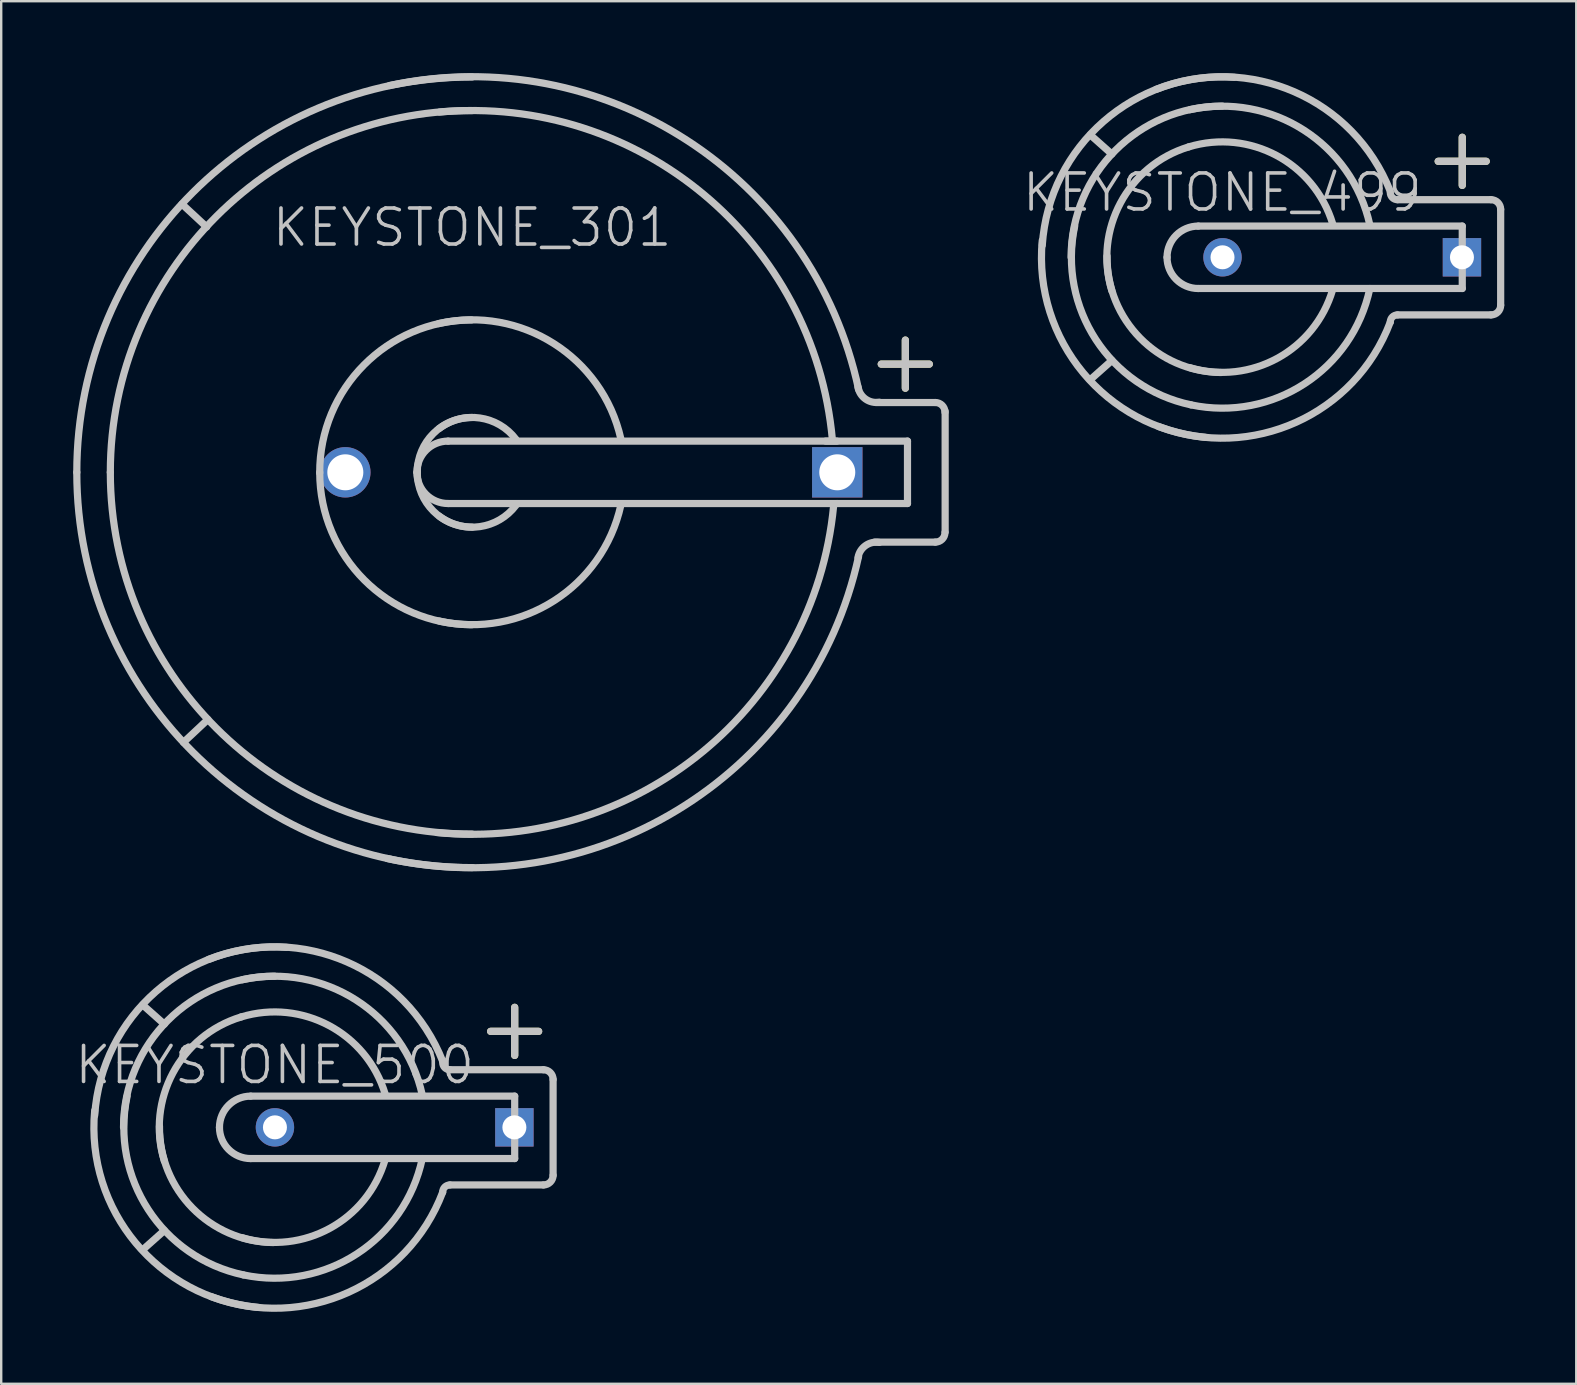
<source format=kicad_pcb>
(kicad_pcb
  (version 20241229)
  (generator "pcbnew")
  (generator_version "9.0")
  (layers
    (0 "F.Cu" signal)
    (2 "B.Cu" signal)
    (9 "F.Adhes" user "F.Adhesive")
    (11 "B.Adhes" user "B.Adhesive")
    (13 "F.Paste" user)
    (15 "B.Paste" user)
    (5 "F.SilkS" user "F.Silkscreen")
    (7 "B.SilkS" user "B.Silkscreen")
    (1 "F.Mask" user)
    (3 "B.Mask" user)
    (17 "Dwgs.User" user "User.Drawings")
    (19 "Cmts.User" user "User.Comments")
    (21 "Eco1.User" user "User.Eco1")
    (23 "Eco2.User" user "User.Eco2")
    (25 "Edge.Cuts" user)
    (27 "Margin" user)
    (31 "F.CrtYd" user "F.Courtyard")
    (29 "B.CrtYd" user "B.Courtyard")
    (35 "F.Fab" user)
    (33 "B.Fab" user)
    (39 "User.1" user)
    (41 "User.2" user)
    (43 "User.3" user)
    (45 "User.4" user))
  (footprint "KEYSTONE_301"
    (layer "F.Cu")
    (at 16.622 16.63)
    (property "Reference" "KEYSTONE_301" (at 0 -10.2 0) (layer "Dwgs.User") (effects (font (size 1.5 1.5) (thickness 0.15))))
    (attr through_hole)
    (fp_line (start 17.048 -4.508) (end 19.05 -4.508) (stroke (width 0.3) (type solid)) (layer "F.SilkS"))
    (fp_line (start 18.052 -3.505) (end 18.052 -5.509) (stroke (width 0.3) (type solid)) (layer "F.SilkS"))
    (fp_line (start -11.062 -10.223) (end -12.09 -11.176) (stroke (width 0.3) (type solid)) (layer "Dwgs.User"))
    (fp_line (start -11.011 10.3) (end -12.027 11.252) (stroke (width 0.3) (type solid)) (layer "Dwgs.User"))
    (fp_line (start -1.001 -1.3) (end 15.199 -1.3) (stroke (width 0.3) (type solid)) (layer "Dwgs.User"))
    (fp_line (start 14.732 -1.3) (end 18.141 -1.3) (stroke (width 0.3) (type solid)) (layer "Dwgs.User"))
    (fp_line (start 15.199 1.3) (end -1.001 1.3) (stroke (width 0.3) (type solid)) (layer "Dwgs.User"))
    (fp_line (start 15.215 1.3) (end 18.141 1.3) (stroke (width 0.3) (type solid)) (layer "Dwgs.User"))
    (fp_line (start 17.048 -4.508) (end 19.05 -4.508) (stroke (width 0.3) (type solid)) (layer "Dwgs.User"))
    (fp_line (start 18.052 -3.505) (end 18.052 -5.509) (stroke (width 0.3) (type solid)) (layer "Dwgs.User"))
    (fp_line (start 18.141 -1.3) (end 18.141 1.3) (stroke (width 0.3) (type solid)) (layer "Dwgs.User"))
    (fp_line (start 19.291 -2.908) (end 16.828 -2.908) (stroke (width 0.3) (type solid)) (layer "Dwgs.User"))
    (fp_line (start 19.304 2.908) (end 16.777 2.908) (stroke (width 0.3) (type solid)) (layer "Dwgs.User"))
    (fp_line (start 19.71 -2.54) (end 19.71 2.489) (stroke (width 0.3) (type solid)) (layer "Dwgs.User"))
    (fp_arc (start -16.4719 0) (mid -11.647392 -11.647392) (end 0 -16.4719) (stroke (width 0.3) (type solid)) (layer "Dwgs.User"))
    (fp_arc (start -15.0749 0) (mid -10.659564 -10.659564) (end 0 -15.0749) (stroke (width 0.3) (type solid)) (layer "Dwgs.User"))
    (fp_arc (start -6.35 0.0254) (mid -4.508089 -4.472168) (end -0.0254 -6.35) (stroke (width 0.3) (type solid)) (layer "Dwgs.User"))
    (fp_arc (start -3.4417 -16.1163) (mid 8.953315 -13.833314) (end 16.1036 -3.4544) (stroke (width 0.3) (type solid)) (layer "Dwgs.User"))
    (fp_arc (start -2.30124 0) (mid -1.920338 -0.919578) (end -1.00076 -1.30048) (stroke (width 0.3) (type solid)) (layer "Dwgs.User"))
    (fp_arc (start -2.286 0) (mid -1.616446 -1.616446) (end 0 -2.286) (stroke (width 0.3) (type solid)) (layer "Dwgs.User"))
    (fp_arc (start -1.397 -6.1976) (mid 3.394537 -5.370193) (end 6.1976 -1.397) (stroke (width 0.3) (type solid)) (layer "Dwgs.User"))
    (fp_arc (start -1.3716 -1.8288) (mid 0.323289 -2.263025) (end 1.8288 -1.3716) (stroke (width 0.3) (type solid)) (layer "Dwgs.User"))
    (fp_arc (start -1.3589 -15.0114) (mid 9.653775 -11.57555) (end 15.0114 -1.3589) (stroke (width 0.3) (type solid)) (layer "Dwgs.User"))
    (fp_arc (start -1.00076 1.30048) (mid -1.920338 0.919578) (end -2.30124 0) (stroke (width 0.3) (type solid)) (layer "Dwgs.User"))
    (fp_arc (start 0 2.286) (mid -1.616446 1.616446) (end -2.286 0) (stroke (width 0.3) (type solid)) (layer "Dwgs.User"))
    (fp_arc (start 0 6.35) (mid -4.490128 4.490128) (end -6.35 0) (stroke (width 0.3) (type solid)) (layer "Dwgs.User"))
    (fp_arc (start 0 15.0749) (mid -10.659564 10.659564) (end -15.0749 0) (stroke (width 0.3) (type solid)) (layer "Dwgs.User"))
    (fp_arc (start 0 16.4719) (mid -11.647392 11.647392) (end -16.4719 0) (stroke (width 0.3) (type solid)) (layer "Dwgs.User"))
    (fp_arc (start 1.8288 1.3716) (mid 0.323289 2.263025) (end -1.3716 1.8288) (stroke (width 0.3) (type solid)) (layer "Dwgs.User"))
    (fp_arc (start 6.1976 1.3716) (mid 3.412497 5.352233) (end -1.3716 6.1976) (stroke (width 0.3) (type solid)) (layer "Dwgs.User"))
    (fp_arc (start 15.0622 1.4097) (mid 9.617854 11.632513) (end -1.4605 15.0114) (stroke (width 0.3) (type solid)) (layer "Dwgs.User"))
    (fp_arc (start 16.0782 3.556) (mid 16.391187 3.054382) (end 16.9672 2.921) (stroke (width 0.3) (type solid)) (layer "Dwgs.User"))
    (fp_arc (start 16.1036 3.5052) (mid 8.886734 13.867056) (end -3.5433 16.0909) (stroke (width 0.3) (type solid)) (layer "Dwgs.User"))
    (fp_arc (start 16.9672 -2.921) (mid 16.391187 -3.054382) (end 16.0782 -3.556) (stroke (width 0.3) (type solid)) (layer "Dwgs.User"))
    (fp_arc (start 19.30146 -2.9083) (mid 19.585236 -2.790756) (end 19.70278 -2.50698) (stroke (width 0.3) (type solid)) (layer "Dwgs.User"))
    (fp_arc (start 19.70278 2.50698) (mid 19.585236 2.790756) (end 19.30146 2.9083) (stroke (width 0.3) (type solid)) (layer "Dwgs.User"))
    (pad "1" thru_hole rect (at 15.215 0) (size 2.1 2.1) (drill 1.5) (layers "*.Cu" "*.Mask"))
    (pad "2" thru_hole circle (at -5.283 0) (size 2.1 2.1) (drill 1.5) (layers "*.Cu" "*.Mask")))
  (footprint "KEYSTONE_500"
    (layer "F.Cu")
    (at 8.396 43.924)
    (property "Reference" "KEYSTONE_500" (at 0 -2.6 0) (layer "Dwgs.User") (effects (font (size 1.5 1.5) (thickness 0.15))))
    (attr through_hole)
    (fp_line (start 8.997 -4) (end 10.998 -4) (stroke (width 0.3) (type solid)) (layer "F.SilkS"))
    (fp_line (start 10 -2.997) (end 10 -5.001) (stroke (width 0.3) (type solid)) (layer "F.SilkS"))
    (fp_line (start -5.499 -5.1) (end -4.6 -4.3) (stroke (width 0.3) (type solid)) (layer "Dwgs.User"))
    (fp_line (start -5.499 5.1) (end -4.6 4.3) (stroke (width 0.3) (type solid)) (layer "Dwgs.User"))
    (fp_line (start -1.001 -1.3) (end 10 -1.3) (stroke (width 0.3) (type solid)) (layer "Dwgs.User"))
    (fp_line (start 8.997 -4) (end 10.998 -4) (stroke (width 0.3) (type solid)) (layer "Dwgs.User"))
    (fp_line (start 10 -2.997) (end 10 -5.001) (stroke (width 0.3) (type solid)) (layer "Dwgs.User"))
    (fp_line (start 10 -1.3) (end 10 1.3) (stroke (width 0.3) (type solid)) (layer "Dwgs.User"))
    (fp_line (start 10 1.3) (end -1.001 1.3) (stroke (width 0.3) (type solid)) (layer "Dwgs.User"))
    (fp_line (start 11.199 -2.4) (end 7.3 -2.4) (stroke (width 0.3) (type solid)) (layer "Dwgs.User"))
    (fp_line (start 11.199 2.4) (end 7.3 2.4) (stroke (width 0.3) (type solid)) (layer "Dwgs.User"))
    (fp_line (start 11.6 1.999) (end 11.6 -1.999) (stroke (width 0.3) (type solid)) (layer "Dwgs.User"))
    (fp_arc (start -7.50062 -0.50038) (mid -4.949917 -5.657561) (end 0.50038 -7.50062) (stroke (width 0.3) (type solid)) (layer "Dwgs.User"))
    (fp_arc (start -6.2992 0) (mid -4.454207 -4.454207) (end 0 -6.2992) (stroke (width 0.3) (type solid)) (layer "Dwgs.User"))
    (fp_arc (start -4.59994 1.39954) (mid -4.242273 -2.263025) (end -1.39954 -4.59994) (stroke (width 0.3) (type solid)) (layer "Dwgs.User"))
    (fp_arc (start -2.75082 -7.00024) (mid 3.004794 -6.895041) (end 7.00024 -2.75082) (stroke (width 0.3) (type solid)) (layer "Dwgs.User"))
    (fp_arc (start -2.30124 0) (mid -1.920338 -0.919578) (end -1.00076 -1.30048) (stroke (width 0.3) (type solid)) (layer "Dwgs.User"))
    (fp_arc (start -1.39954 -4.59994) (mid 2.263025 -4.242273) (end 4.59994 -1.39954) (stroke (width 0.3) (type solid)) (layer "Dwgs.User"))
    (fp_arc (start -1.34874 -6.14934) (mid 3.394537 -5.301943) (end 6.14934 -1.34874) (stroke (width 0.3) (type solid)) (layer "Dwgs.User"))
    (fp_arc (start -1.30048 6.14934) (mid -5.267818 3.428662) (end -6.14934 -1.30048) (stroke (width 0.3) (type solid)) (layer "Dwgs.User"))
    (fp_arc (start -1.00076 1.30048) (mid -1.920338 0.919578) (end -2.30124 0) (stroke (width 0.3) (type solid)) (layer "Dwgs.User"))
    (fp_arc (start -0.70104 7.50062) (mid -5.799449 4.808029) (end -7.50062 -0.70104) (stroke (width 0.3) (type solid)) (layer "Dwgs.User"))
    (fp_arc (start -0.0508 4.8006) (mid -3.430458 3.358616) (end -4.8006 -0.0508) (stroke (width 0.3) (type solid)) (layer "Dwgs.User"))
    (fp_arc (start 4.59994 1.34874) (mid 2.298946 4.206352) (end -1.34874 4.59994) (stroke (width 0.3) (type solid)) (layer "Dwgs.User"))
    (fp_arc (start 6.14934 1.30048) (mid 3.428662 5.267818) (end -1.30048 6.14934) (stroke (width 0.3) (type solid)) (layer "Dwgs.User"))
    (fp_arc (start 7.00024 2.70002) (mid 3.076636 6.873999) (end -2.64922 7.05104) (stroke (width 0.3) (type solid)) (layer "Dwgs.User"))
    (fp_arc (start 7.00024 2.70002) (mid 7.088026 2.488086) (end 7.29996 2.4003) (stroke (width 0.3) (type solid)) (layer "Dwgs.User"))
    (fp_arc (start 7.29996 -2.4003) (mid 7.088026 -2.488086) (end 7.00024 -2.70002) (stroke (width 0.3) (type solid)) (layer "Dwgs.User"))
    (fp_arc (start 11.19886 -2.4003) (mid 11.482636 -2.282756) (end 11.60018 -1.99898) (stroke (width 0.3) (type solid)) (layer "Dwgs.User"))
    (fp_arc (start 11.60018 1.99898) (mid 11.482636 2.282756) (end 11.19886 2.4003) (stroke (width 0.3) (type solid)) (layer "Dwgs.User"))
    (pad "1" thru_hole rect (at 9.987 0) (size 1.6 1.6) (drill 1) (layers "*.Cu" "*.Mask"))
    (pad "2" thru_hole circle (at 0.01 0) (size 1.6 1.6) (drill 1) (layers "*.Cu" "*.Mask")))
  (footprint "KEYSTONE_499"
    (layer "F.Cu")
    (at 47.879 7.671)
    (property "Reference" "KEYSTONE_499" (at 0 -2.7 0) (layer "Dwgs.User") (effects (font (size 1.5 1.5) (thickness 0.15))))
    (attr through_hole)
    (fp_line (start 8.997 -4) (end 10.998 -4) (stroke (width 0.3) (type solid)) (layer "F.SilkS"))
    (fp_line (start 10 -2.997) (end 10 -5.001) (stroke (width 0.3) (type solid)) (layer "F.SilkS"))
    (fp_line (start -5.499 -5.1) (end -4.6 -4.3) (stroke (width 0.3) (type solid)) (layer "Dwgs.User"))
    (fp_line (start -5.499 5.1) (end -4.6 4.3) (stroke (width 0.3) (type solid)) (layer "Dwgs.User"))
    (fp_line (start -1.001 -1.3) (end 10 -1.3) (stroke (width 0.3) (type solid)) (layer "Dwgs.User"))
    (fp_line (start 8.997 -4) (end 10.998 -4) (stroke (width 0.3) (type solid)) (layer "Dwgs.User"))
    (fp_line (start 10 -2.997) (end 10 -5.001) (stroke (width 0.3) (type solid)) (layer "Dwgs.User"))
    (fp_line (start 10 -1.3) (end 10 1.3) (stroke (width 0.3) (type solid)) (layer "Dwgs.User"))
    (fp_line (start 10 1.3) (end -1.001 1.3) (stroke (width 0.3) (type solid)) (layer "Dwgs.User"))
    (fp_line (start 11.199 -2.4) (end 7.3 -2.4) (stroke (width 0.3) (type solid)) (layer "Dwgs.User"))
    (fp_line (start 11.199 2.4) (end 7.3 2.4) (stroke (width 0.3) (type solid)) (layer "Dwgs.User"))
    (fp_line (start 11.6 1.999) (end 11.6 -1.999) (stroke (width 0.3) (type solid)) (layer "Dwgs.User"))
    (fp_arc (start -7.50062 -0.50038) (mid -4.949917 -5.657561) (end 0.50038 -7.50062) (stroke (width 0.3) (type solid)) (layer "Dwgs.User"))
    (fp_arc (start -6.2992 0) (mid -4.454207 -4.454207) (end 0 -6.2992) (stroke (width 0.3) (type solid)) (layer "Dwgs.User"))
    (fp_arc (start -4.59994 1.39954) (mid -4.242273 -2.263025) (end -1.39954 -4.59994) (stroke (width 0.3) (type solid)) (layer "Dwgs.User"))
    (fp_arc (start -2.75082 -7.00024) (mid 3.004794 -6.895041) (end 7.00024 -2.75082) (stroke (width 0.3) (type solid)) (layer "Dwgs.User"))
    (fp_arc (start -2.30124 0) (mid -1.920338 -0.919578) (end -1.00076 -1.30048) (stroke (width 0.3) (type solid)) (layer "Dwgs.User"))
    (fp_arc (start -1.39954 -4.59994) (mid 2.263025 -4.242273) (end 4.59994 -1.39954) (stroke (width 0.3) (type solid)) (layer "Dwgs.User"))
    (fp_arc (start -1.34874 -6.14934) (mid 3.394537 -5.301943) (end 6.14934 -1.34874) (stroke (width 0.3) (type solid)) (layer "Dwgs.User"))
    (fp_arc (start -1.30048 6.14934) (mid -5.267818 3.428662) (end -6.14934 -1.30048) (stroke (width 0.3) (type solid)) (layer "Dwgs.User"))
    (fp_arc (start -1.00076 1.30048) (mid -1.920338 0.919578) (end -2.30124 0) (stroke (width 0.3) (type solid)) (layer "Dwgs.User"))
    (fp_arc (start -0.70104 7.50062) (mid -5.799449 4.808029) (end -7.50062 -0.70104) (stroke (width 0.3) (type solid)) (layer "Dwgs.User"))
    (fp_arc (start -0.0508 4.8006) (mid -3.430458 3.358616) (end -4.8006 -0.0508) (stroke (width 0.3) (type solid)) (layer "Dwgs.User"))
    (fp_arc (start 4.59994 1.34874) (mid 2.298946 4.206352) (end -1.34874 4.59994) (stroke (width 0.3) (type solid)) (layer "Dwgs.User"))
    (fp_arc (start 6.14934 1.30048) (mid 3.428662 5.267818) (end -1.30048 6.14934) (stroke (width 0.3) (type solid)) (layer "Dwgs.User"))
    (fp_arc (start 7.00024 2.70002) (mid 3.076636 6.873999) (end -2.64922 7.05104) (stroke (width 0.3) (type solid)) (layer "Dwgs.User"))
    (fp_arc (start 7.00024 2.70002) (mid 7.088026 2.488086) (end 7.29996 2.4003) (stroke (width 0.3) (type solid)) (layer "Dwgs.User"))
    (fp_arc (start 7.29996 -2.4003) (mid 7.088026 -2.488086) (end 7.00024 -2.70002) (stroke (width 0.3) (type solid)) (layer "Dwgs.User"))
    (fp_arc (start 11.19886 -2.4003) (mid 11.482636 -2.282756) (end 11.60018 -1.99898) (stroke (width 0.3) (type solid)) (layer "Dwgs.User"))
    (fp_arc (start 11.60018 1.99898) (mid 11.482636 2.282756) (end 11.19886 2.4003) (stroke (width 0.3) (type solid)) (layer "Dwgs.User"))
    (pad "1" thru_hole rect (at 9.987 0) (size 1.6 1.6) (drill 1) (layers "*.Cu" "*.Mask"))
    (pad "2" thru_hole circle (at 0.01 0) (size 1.6 1.6) (drill 1) (layers "*.Cu" "*.Mask")))
  (gr_rect
    (start -3 -3)
    (end 62.629 54.61)
    (stroke (width 0.1) (type default))
    (fill no)
    (layer "Edge.Cuts")))
</source>
